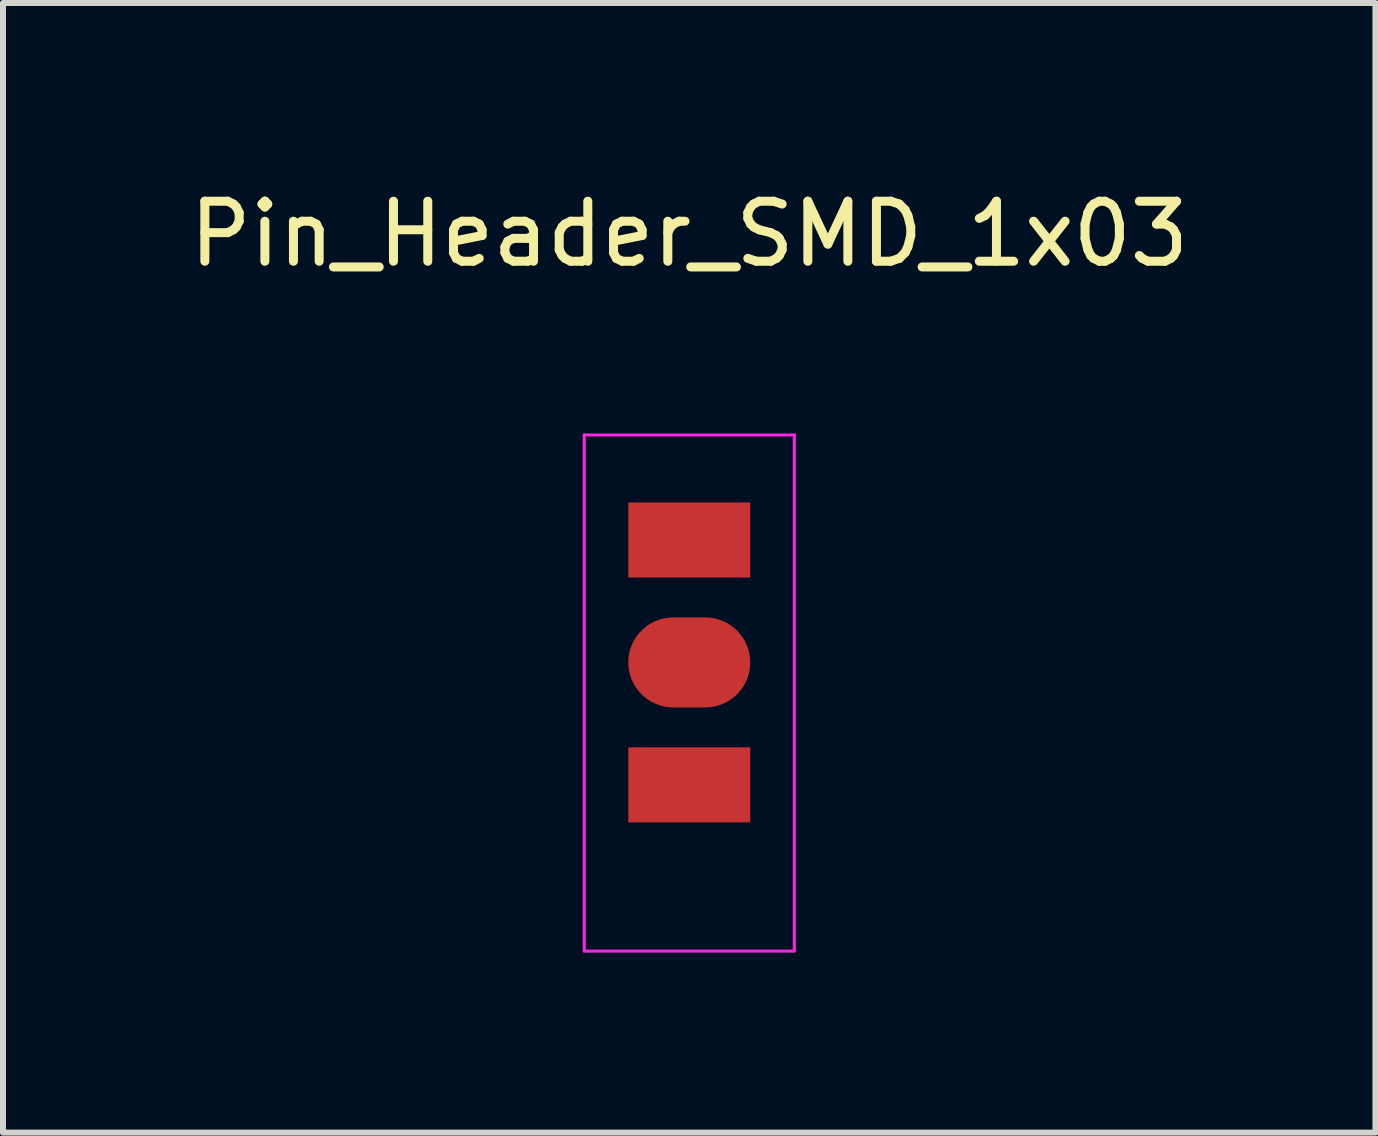
<source format=kicad_pcb>
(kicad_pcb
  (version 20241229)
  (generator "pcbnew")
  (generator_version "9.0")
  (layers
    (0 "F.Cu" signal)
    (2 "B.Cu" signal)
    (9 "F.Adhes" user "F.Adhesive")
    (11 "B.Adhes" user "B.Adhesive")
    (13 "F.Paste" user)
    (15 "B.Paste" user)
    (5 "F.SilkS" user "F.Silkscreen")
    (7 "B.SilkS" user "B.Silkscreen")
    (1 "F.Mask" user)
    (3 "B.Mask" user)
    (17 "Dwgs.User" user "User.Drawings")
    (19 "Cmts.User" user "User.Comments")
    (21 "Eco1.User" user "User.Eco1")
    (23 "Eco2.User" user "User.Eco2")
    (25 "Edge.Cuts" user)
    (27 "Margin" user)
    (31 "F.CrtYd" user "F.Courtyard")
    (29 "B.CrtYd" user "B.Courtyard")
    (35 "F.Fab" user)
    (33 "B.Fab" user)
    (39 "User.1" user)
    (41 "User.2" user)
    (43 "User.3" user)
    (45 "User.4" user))
  (footprint "Pin_Header_SMD_1x03"
    (layer "F.Cu")
    (at 8.435 5.948)
    (property "Reference" "Pin_Header_SMD_1x03" (at 0 -5.1 0) (layer "F.SilkS") (effects (font (size 1 1) (thickness 0.15))))
    (attr through_hole)
    (fp_line (start -1.75 -1.75) (end -1.75 6.85) (stroke (width 0.05) (type solid)) (layer "F.CrtYd"))
    (fp_line (start -1.75 -1.75) (end 1.75 -1.75) (stroke (width 0.05) (type solid)) (layer "F.CrtYd"))
    (fp_line (start -1.75 6.85) (end 1.75 6.85) (stroke (width 0.05) (type solid)) (layer "F.CrtYd"))
    (fp_line (start 1.75 -1.75) (end 1.75 6.85) (stroke (width 0.05) (type solid)) (layer "F.CrtYd"))
    (pad "1" smd rect (at 0 0) (size 2.032 1.25) (layers "F.Cu" "F.Mask" "F.Paste"))
    (pad "2" smd oval (at 0 2.04) (size 2.032 1.5) (layers "F.Cu" "F.Mask" "F.Paste"))
    (pad "3" smd rect (at 0 4.08) (size 2.032 1.25) (layers "F.Cu" "F.Mask" "F.Paste")))
  (gr_rect
    (start -3 -3)
    (end 19.869 15.823)
    (stroke (width 0.1) (type default))
    (fill no)
    (layer "Edge.Cuts")))
</source>
